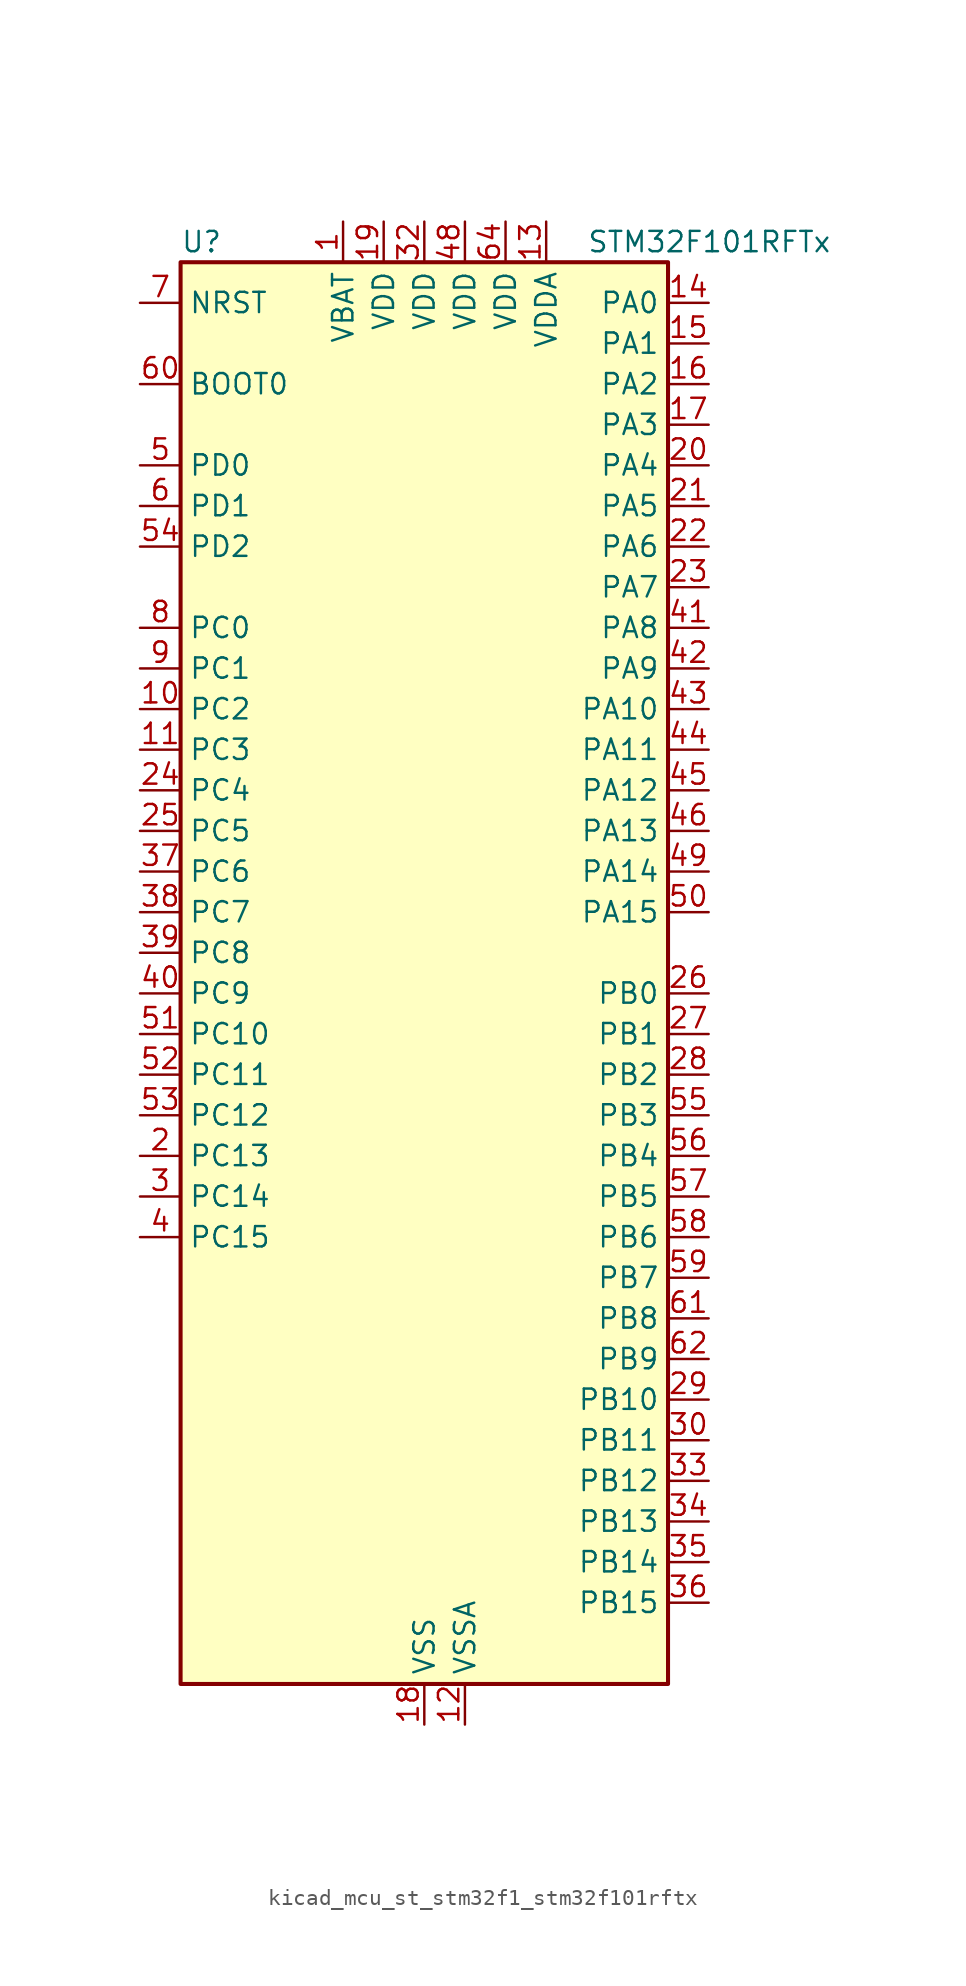
<source format=kicad_sym>
(kicad_symbol_lib
  (version 20220914)
  (generator kicad_symbol_editor)
  (symbol "kicad_mcu_st_stm32f1_stm32f101rftx"
    (property "Reference" "U"
      (at -15.24 46.99 0)
      (effects (font (size 1.27 1.27)) (justify left)))
    (property "Value" "STM32F101RFTx"
      (at 10.16 46.99 0)
      (effects (font (size 1.27 1.27)) (justify left)))
    (property "ki_locked" ""
      (at 0 0 0)
      (effects (font (size 1.27 1.27))))
    (symbol "kicad_mcu_st_stm32f1_stm32f101rftx_0_1"
      (rectangle (start -15.24 -43.18) (end 15.24 45.72) (stroke (width 0.254) (type default)) (fill (type background))))
    (symbol "kicad_mcu_st_stm32f1_stm32f101rftx_1_1"
      (pin power_in line (at -5.08 48.26 270) (length 2.54) (name "VBAT" (effects (font (size 1.27 1.27)))) (number "1" (effects (font (size 1.27 1.27)))))
      (pin bidirectional line (at -17.78 17.78 0) (length 2.54) (name "PC2" (effects (font (size 1.27 1.27)))) (number "10" (effects (font (size 1.27 1.27)))) (alternate "ADC1_IN12" bidirectional line))
      (pin bidirectional line (at -17.78 15.24 0) (length 2.54) (name "PC3" (effects (font (size 1.27 1.27)))) (number "11" (effects (font (size 1.27 1.27)))) (alternate "ADC1_IN13" bidirectional line))
      (pin power_in line (at 2.54 -45.72 90) (length 2.54) (name "VSSA" (effects (font (size 1.27 1.27)))) (number "12" (effects (font (size 1.27 1.27)))))
      (pin power_in line (at 7.62 48.26 270) (length 2.54) (name "VDDA" (effects (font (size 1.27 1.27)))) (number "13" (effects (font (size 1.27 1.27)))))
      (pin bidirectional line (at 17.78 43.18 180) (length 2.54) (name "PA0" (effects (font (size 1.27 1.27)))) (number "14" (effects (font (size 1.27 1.27)))) (alternate "ADC1_IN0" bidirectional line) (alternate "SYS_WKUP" bidirectional line) (alternate "TIM2_CH1" bidirectional line) (alternate "TIM2_ETR" bidirectional line) (alternate "TIM5_CH1" bidirectional line) (alternate "USART2_CTS" bidirectional line))
      (pin bidirectional line (at 17.78 40.64 180) (length 2.54) (name "PA1" (effects (font (size 1.27 1.27)))) (number "15" (effects (font (size 1.27 1.27)))) (alternate "ADC1_IN1" bidirectional line) (alternate "TIM2_CH2" bidirectional line) (alternate "TIM5_CH2" bidirectional line) (alternate "USART2_RTS" bidirectional line))
      (pin bidirectional line (at 17.78 38.1 180) (length 2.54) (name "PA2" (effects (font (size 1.27 1.27)))) (number "16" (effects (font (size 1.27 1.27)))) (alternate "ADC1_IN2" bidirectional line) (alternate "TIM2_CH3" bidirectional line) (alternate "TIM5_CH3" bidirectional line) (alternate "TIM9_CH1" bidirectional line) (alternate "USART2_TX" bidirectional line))
      (pin bidirectional line (at 17.78 35.56 180) (length 2.54) (name "PA3" (effects (font (size 1.27 1.27)))) (number "17" (effects (font (size 1.27 1.27)))) (alternate "ADC1_IN3" bidirectional line) (alternate "TIM2_CH4" bidirectional line) (alternate "TIM5_CH4" bidirectional line) (alternate "TIM9_CH2" bidirectional line) (alternate "USART2_RX" bidirectional line))
      (pin power_in line (at 0 -45.72 90) (length 2.54) (name "VSS" (effects (font (size 1.27 1.27)))) (number "18" (effects (font (size 1.27 1.27)))))
      (pin power_in line (at -2.54 48.26 270) (length 2.54) (name "VDD" (effects (font (size 1.27 1.27)))) (number "19" (effects (font (size 1.27 1.27)))))
      (pin bidirectional line (at -17.78 -10.16 0) (length 2.54) (name "PC13" (effects (font (size 1.27 1.27)))) (number "2" (effects (font (size 1.27 1.27)))) (alternate "RTC_OUT" bidirectional line) (alternate "RTC_TAMPER" bidirectional line))
      (pin bidirectional line (at 17.78 33.02 180) (length 2.54) (name "PA4" (effects (font (size 1.27 1.27)))) (number "20" (effects (font (size 1.27 1.27)))) (alternate "ADC1_IN4" bidirectional line) (alternate "DAC_OUT1" bidirectional line) (alternate "SPI1_NSS" bidirectional line) (alternate "USART2_CK" bidirectional line))
      (pin bidirectional line (at 17.78 30.48 180) (length 2.54) (name "PA5" (effects (font (size 1.27 1.27)))) (number "21" (effects (font (size 1.27 1.27)))) (alternate "ADC1_IN5" bidirectional line) (alternate "DAC_OUT2" bidirectional line) (alternate "SPI1_SCK" bidirectional line))
      (pin bidirectional line (at 17.78 27.94 180) (length 2.54) (name "PA6" (effects (font (size 1.27 1.27)))) (number "22" (effects (font (size 1.27 1.27)))) (alternate "ADC1_IN6" bidirectional line) (alternate "SPI1_MISO" bidirectional line) (alternate "TIM13_CH1" bidirectional line) (alternate "TIM3_CH1" bidirectional line))
      (pin bidirectional line (at 17.78 25.4 180) (length 2.54) (name "PA7" (effects (font (size 1.27 1.27)))) (number "23" (effects (font (size 1.27 1.27)))) (alternate "ADC1_IN7" bidirectional line) (alternate "SPI1_MOSI" bidirectional line) (alternate "TIM14_CH1" bidirectional line) (alternate "TIM3_CH2" bidirectional line))
      (pin bidirectional line (at -17.78 12.7 0) (length 2.54) (name "PC4" (effects (font (size 1.27 1.27)))) (number "24" (effects (font (size 1.27 1.27)))) (alternate "ADC1_IN14" bidirectional line))
      (pin bidirectional line (at -17.78 10.16 0) (length 2.54) (name "PC5" (effects (font (size 1.27 1.27)))) (number "25" (effects (font (size 1.27 1.27)))) (alternate "ADC1_IN15" bidirectional line))
      (pin bidirectional line (at 17.78 0 180) (length 2.54) (name "PB0" (effects (font (size 1.27 1.27)))) (number "26" (effects (font (size 1.27 1.27)))) (alternate "ADC1_IN8" bidirectional line) (alternate "TIM3_CH3" bidirectional line))
      (pin bidirectional line (at 17.78 -2.54 180) (length 2.54) (name "PB1" (effects (font (size 1.27 1.27)))) (number "27" (effects (font (size 1.27 1.27)))) (alternate "ADC1_IN9" bidirectional line) (alternate "TIM3_CH4" bidirectional line))
      (pin bidirectional line (at 17.78 -5.08 180) (length 2.54) (name "PB2" (effects (font (size 1.27 1.27)))) (number "28" (effects (font (size 1.27 1.27)))))
      (pin bidirectional line (at 17.78 -25.4 180) (length 2.54) (name "PB10" (effects (font (size 1.27 1.27)))) (number "29" (effects (font (size 1.27 1.27)))) (alternate "I2C2_SCL" bidirectional line) (alternate "TIM2_CH3" bidirectional line) (alternate "USART3_TX" bidirectional line))
      (pin bidirectional line (at -17.78 -12.7 0) (length 2.54) (name "PC14" (effects (font (size 1.27 1.27)))) (number "3" (effects (font (size 1.27 1.27)))) (alternate "RCC_OSC32_IN" bidirectional line))
      (pin bidirectional line (at 17.78 -27.94 180) (length 2.54) (name "PB11" (effects (font (size 1.27 1.27)))) (number "30" (effects (font (size 1.27 1.27)))) (alternate "ADC1_EXTI11" bidirectional line) (alternate "I2C2_SDA" bidirectional line) (alternate "TIM2_CH4" bidirectional line) (alternate "USART3_RX" bidirectional line))
      (pin passive line (at 0 -45.72 90) (length 2.54) hide (name "VSS" (effects (font (size 1.27 1.27)))) (number "31" (effects (font (size 1.27 1.27)))))
      (pin power_in line (at 0 48.26 270) (length 2.54) (name "VDD" (effects (font (size 1.27 1.27)))) (number "32" (effects (font (size 1.27 1.27)))))
      (pin bidirectional line (at 17.78 -30.48 180) (length 2.54) (name "PB12" (effects (font (size 1.27 1.27)))) (number "33" (effects (font (size 1.27 1.27)))) (alternate "I2C2_SMBA" bidirectional line) (alternate "SPI2_NSS" bidirectional line) (alternate "USART3_CK" bidirectional line))
      (pin bidirectional line (at 17.78 -33.02 180) (length 2.54) (name "PB13" (effects (font (size 1.27 1.27)))) (number "34" (effects (font (size 1.27 1.27)))) (alternate "SPI2_SCK" bidirectional line) (alternate "USART3_CTS" bidirectional line))
      (pin bidirectional line (at 17.78 -35.56 180) (length 2.54) (name "PB14" (effects (font (size 1.27 1.27)))) (number "35" (effects (font (size 1.27 1.27)))) (alternate "SPI2_MISO" bidirectional line) (alternate "TIM12_CH1" bidirectional line) (alternate "USART3_RTS" bidirectional line))
      (pin bidirectional line (at 17.78 -38.1 180) (length 2.54) (name "PB15" (effects (font (size 1.27 1.27)))) (number "36" (effects (font (size 1.27 1.27)))) (alternate "ADC1_EXTI15" bidirectional line) (alternate "SPI2_MOSI" bidirectional line) (alternate "TIM12_CH2" bidirectional line))
      (pin bidirectional line (at -17.78 7.62 0) (length 2.54) (name "PC6" (effects (font (size 1.27 1.27)))) (number "37" (effects (font (size 1.27 1.27)))) (alternate "TIM3_CH1" bidirectional line))
      (pin bidirectional line (at -17.78 5.08 0) (length 2.54) (name "PC7" (effects (font (size 1.27 1.27)))) (number "38" (effects (font (size 1.27 1.27)))) (alternate "TIM3_CH2" bidirectional line))
      (pin bidirectional line (at -17.78 2.54 0) (length 2.54) (name "PC8" (effects (font (size 1.27 1.27)))) (number "39" (effects (font (size 1.27 1.27)))) (alternate "TIM3_CH3" bidirectional line))
      (pin bidirectional line (at -17.78 -15.24 0) (length 2.54) (name "PC15" (effects (font (size 1.27 1.27)))) (number "4" (effects (font (size 1.27 1.27)))) (alternate "ADC1_EXTI15" bidirectional line) (alternate "RCC_OSC32_OUT" bidirectional line))
      (pin bidirectional line (at -17.78 0 0) (length 2.54) (name "PC9" (effects (font (size 1.27 1.27)))) (number "40" (effects (font (size 1.27 1.27)))) (alternate "DAC_EXTI9" bidirectional line) (alternate "TIM3_CH4" bidirectional line))
      (pin bidirectional line (at 17.78 22.86 180) (length 2.54) (name "PA8" (effects (font (size 1.27 1.27)))) (number "41" (effects (font (size 1.27 1.27)))) (alternate "RCC_MCO" bidirectional line) (alternate "USART1_CK" bidirectional line))
      (pin bidirectional line (at 17.78 20.32 180) (length 2.54) (name "PA9" (effects (font (size 1.27 1.27)))) (number "42" (effects (font (size 1.27 1.27)))) (alternate "DAC_EXTI9" bidirectional line) (alternate "USART1_TX" bidirectional line))
      (pin bidirectional line (at 17.78 17.78 180) (length 2.54) (name "PA10" (effects (font (size 1.27 1.27)))) (number "43" (effects (font (size 1.27 1.27)))) (alternate "USART1_RX" bidirectional line))
      (pin bidirectional line (at 17.78 15.24 180) (length 2.54) (name "PA11" (effects (font (size 1.27 1.27)))) (number "44" (effects (font (size 1.27 1.27)))) (alternate "ADC1_EXTI11" bidirectional line) (alternate "USART1_CTS" bidirectional line))
      (pin bidirectional line (at 17.78 12.7 180) (length 2.54) (name "PA12" (effects (font (size 1.27 1.27)))) (number "45" (effects (font (size 1.27 1.27)))) (alternate "USART1_RTS" bidirectional line))
      (pin bidirectional line (at 17.78 10.16 180) (length 2.54) (name "PA13" (effects (font (size 1.27 1.27)))) (number "46" (effects (font (size 1.27 1.27)))) (alternate "SYS_JTMS-SWDIO" bidirectional line))
      (pin passive line (at 0 -45.72 90) (length 2.54) hide (name "VSS" (effects (font (size 1.27 1.27)))) (number "47" (effects (font (size 1.27 1.27)))))
      (pin power_in line (at 2.54 48.26 270) (length 2.54) (name "VDD" (effects (font (size 1.27 1.27)))) (number "48" (effects (font (size 1.27 1.27)))))
      (pin bidirectional line (at 17.78 7.62 180) (length 2.54) (name "PA14" (effects (font (size 1.27 1.27)))) (number "49" (effects (font (size 1.27 1.27)))) (alternate "SYS_JTCK-SWCLK" bidirectional line))
      (pin bidirectional line (at -17.78 33.02 0) (length 2.54) (name "PD0" (effects (font (size 1.27 1.27)))) (number "5" (effects (font (size 1.27 1.27)))) (alternate "RCC_OSC_IN" bidirectional line))
      (pin bidirectional line (at 17.78 5.08 180) (length 2.54) (name "PA15" (effects (font (size 1.27 1.27)))) (number "50" (effects (font (size 1.27 1.27)))) (alternate "ADC1_EXTI15" bidirectional line) (alternate "SPI1_NSS" bidirectional line) (alternate "SPI3_NSS" bidirectional line) (alternate "SYS_JTDI" bidirectional line) (alternate "TIM2_CH1" bidirectional line) (alternate "TIM2_ETR" bidirectional line))
      (pin bidirectional line (at -17.78 -2.54 0) (length 2.54) (name "PC10" (effects (font (size 1.27 1.27)))) (number "51" (effects (font (size 1.27 1.27)))) (alternate "UART4_TX" bidirectional line) (alternate "USART3_TX" bidirectional line))
      (pin bidirectional line (at -17.78 -5.08 0) (length 2.54) (name "PC11" (effects (font (size 1.27 1.27)))) (number "52" (effects (font (size 1.27 1.27)))) (alternate "ADC1_EXTI11" bidirectional line) (alternate "UART4_RX" bidirectional line) (alternate "USART3_RX" bidirectional line))
      (pin bidirectional line (at -17.78 -7.62 0) (length 2.54) (name "PC12" (effects (font (size 1.27 1.27)))) (number "53" (effects (font (size 1.27 1.27)))) (alternate "UART5_TX" bidirectional line) (alternate "USART3_CK" bidirectional line))
      (pin bidirectional line (at -17.78 27.94 0) (length 2.54) (name "PD2" (effects (font (size 1.27 1.27)))) (number "54" (effects (font (size 1.27 1.27)))) (alternate "TIM3_ETR" bidirectional line) (alternate "UART5_RX" bidirectional line))
      (pin bidirectional line (at 17.78 -7.62 180) (length 2.54) (name "PB3" (effects (font (size 1.27 1.27)))) (number "55" (effects (font (size 1.27 1.27)))) (alternate "SPI1_SCK" bidirectional line) (alternate "SPI3_SCK" bidirectional line) (alternate "SYS_JTDO-TRACESWO" bidirectional line) (alternate "TIM2_CH2" bidirectional line))
      (pin bidirectional line (at 17.78 -10.16 180) (length 2.54) (name "PB4" (effects (font (size 1.27 1.27)))) (number "56" (effects (font (size 1.27 1.27)))) (alternate "SPI1_MISO" bidirectional line) (alternate "SPI3_MISO" bidirectional line) (alternate "SYS_NJTRST" bidirectional line) (alternate "TIM3_CH1" bidirectional line))
      (pin bidirectional line (at 17.78 -12.7 180) (length 2.54) (name "PB5" (effects (font (size 1.27 1.27)))) (number "57" (effects (font (size 1.27 1.27)))) (alternate "I2C1_SMBA" bidirectional line) (alternate "SPI1_MOSI" bidirectional line) (alternate "SPI3_MOSI" bidirectional line) (alternate "TIM3_CH2" bidirectional line))
      (pin bidirectional line (at 17.78 -15.24 180) (length 2.54) (name "PB6" (effects (font (size 1.27 1.27)))) (number "58" (effects (font (size 1.27 1.27)))) (alternate "I2C1_SCL" bidirectional line) (alternate "TIM4_CH1" bidirectional line) (alternate "USART1_TX" bidirectional line))
      (pin bidirectional line (at 17.78 -17.78 180) (length 2.54) (name "PB7" (effects (font (size 1.27 1.27)))) (number "59" (effects (font (size 1.27 1.27)))) (alternate "I2C1_SDA" bidirectional line) (alternate "TIM4_CH2" bidirectional line) (alternate "USART1_RX" bidirectional line))
      (pin bidirectional line (at -17.78 30.48 0) (length 2.54) (name "PD1" (effects (font (size 1.27 1.27)))) (number "6" (effects (font (size 1.27 1.27)))) (alternate "RCC_OSC_OUT" bidirectional line))
      (pin input line (at -17.78 38.1 0) (length 2.54) (name "BOOT0" (effects (font (size 1.27 1.27)))) (number "60" (effects (font (size 1.27 1.27)))))
      (pin bidirectional line (at 17.78 -20.32 180) (length 2.54) (name "PB8" (effects (font (size 1.27 1.27)))) (number "61" (effects (font (size 1.27 1.27)))) (alternate "I2C1_SCL" bidirectional line) (alternate "TIM10_CH1" bidirectional line) (alternate "TIM4_CH3" bidirectional line))
      (pin bidirectional line (at 17.78 -22.86 180) (length 2.54) (name "PB9" (effects (font (size 1.27 1.27)))) (number "62" (effects (font (size 1.27 1.27)))) (alternate "DAC_EXTI9" bidirectional line) (alternate "I2C1_SDA" bidirectional line) (alternate "TIM11_CH1" bidirectional line) (alternate "TIM4_CH4" bidirectional line))
      (pin passive line (at 0 -45.72 90) (length 2.54) hide (name "VSS" (effects (font (size 1.27 1.27)))) (number "63" (effects (font (size 1.27 1.27)))))
      (pin power_in line (at 5.08 48.26 270) (length 2.54) (name "VDD" (effects (font (size 1.27 1.27)))) (number "64" (effects (font (size 1.27 1.27)))))
      (pin input line (at -17.78 43.18 0) (length 2.54) (name "NRST" (effects (font (size 1.27 1.27)))) (number "7" (effects (font (size 1.27 1.27)))))
      (pin bidirectional line (at -17.78 22.86 0) (length 2.54) (name "PC0" (effects (font (size 1.27 1.27)))) (number "8" (effects (font (size 1.27 1.27)))) (alternate "ADC1_IN10" bidirectional line))
      (pin bidirectional line (at -17.78 20.32 0) (length 2.54) (name "PC1" (effects (font (size 1.27 1.27)))) (number "9" (effects (font (size 1.27 1.27)))) (alternate "ADC1_IN11" bidirectional line)))))
</source>
